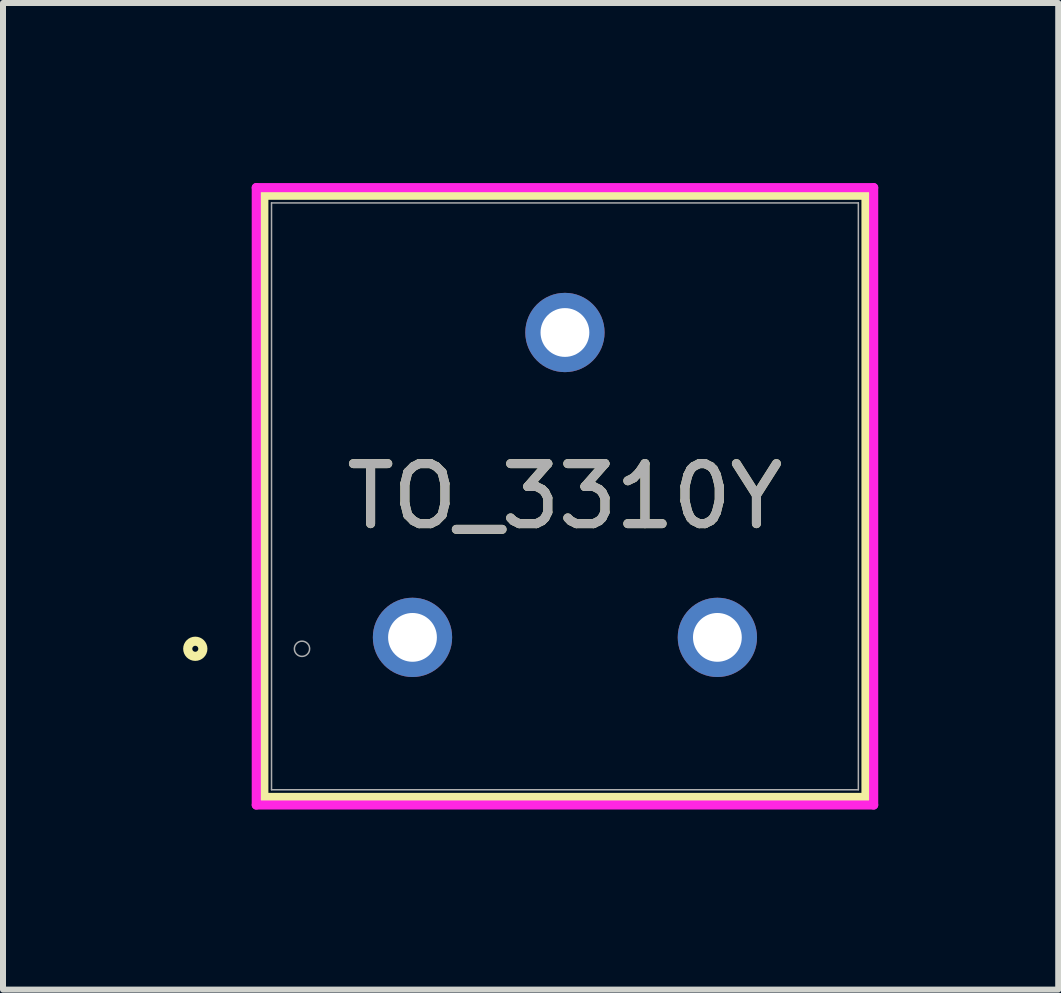
<source format=kicad_pcb>
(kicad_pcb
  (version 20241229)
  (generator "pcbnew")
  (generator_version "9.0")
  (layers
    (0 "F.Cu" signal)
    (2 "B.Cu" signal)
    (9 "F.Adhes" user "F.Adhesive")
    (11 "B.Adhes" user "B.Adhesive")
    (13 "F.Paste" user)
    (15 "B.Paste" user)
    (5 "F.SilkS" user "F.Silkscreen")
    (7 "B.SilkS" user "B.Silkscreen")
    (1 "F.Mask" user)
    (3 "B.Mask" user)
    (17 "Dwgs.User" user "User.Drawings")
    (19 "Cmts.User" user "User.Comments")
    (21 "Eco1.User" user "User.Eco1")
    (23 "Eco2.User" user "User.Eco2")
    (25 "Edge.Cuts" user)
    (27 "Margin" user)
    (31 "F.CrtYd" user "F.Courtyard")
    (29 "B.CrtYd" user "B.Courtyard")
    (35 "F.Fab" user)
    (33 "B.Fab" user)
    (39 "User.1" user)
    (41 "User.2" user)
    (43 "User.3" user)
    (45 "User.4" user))
  (footprint "TO_3310Y"
    (layer "F.Cu")
    (at 3.823 7.57)
    (property "Reference" "TO_3310Y" (at 2.54 -2.35 0) (unlocked yes) (layer "F.SilkS") (effects (font (size 1 1) (thickness 0.15))))
    (attr through_hole)
    (fp_line (start -2.477 -7.367) (end 7.556 -7.367) (stroke (width 0.152) (type solid)) (layer "F.SilkS"))
    (fp_line (start -2.477 2.667) (end -2.477 -7.367) (stroke (width 0.152) (type solid)) (layer "F.SilkS"))
    (fp_line (start 7.556 -7.367) (end 7.556 2.667) (stroke (width 0.152) (type solid)) (layer "F.SilkS"))
    (fp_line (start 7.556 2.667) (end -2.477 2.667) (stroke (width 0.152) (type solid)) (layer "F.SilkS"))
    (fp_circle (center -3.619 0.19) (end -3.493 0.19) (stroke (width 0.152) (type solid)) (fill no) (layer "F.SilkS"))
    (fp_line (start -2.603 -7.494) (end 7.684 -7.494) (stroke (width 0.152) (type solid)) (layer "F.CrtYd"))
    (fp_line (start -2.603 2.793) (end -2.603 -7.494) (stroke (width 0.152) (type solid)) (layer "F.CrtYd"))
    (fp_line (start 7.684 -7.494) (end 7.684 2.793) (stroke (width 0.152) (type solid)) (layer "F.CrtYd"))
    (fp_line (start 7.684 2.793) (end -2.603 2.793) (stroke (width 0.152) (type solid)) (layer "F.CrtYd"))
    (fp_line (start -2.349 -7.239) (end 7.429 -7.239) (stroke (width 0.025) (type solid)) (layer "F.Fab"))
    (fp_line (start -2.349 2.539) (end -2.349 -7.239) (stroke (width 0.025) (type solid)) (layer "F.Fab"))
    (fp_line (start 7.429 -7.239) (end 7.429 2.539) (stroke (width 0.025) (type solid)) (layer "F.Fab"))
    (fp_line (start 7.429 2.539) (end -2.349 2.539) (stroke (width 0.025) (type solid)) (layer "F.Fab"))
    (fp_circle (center -1.841 0.19) (end -1.714 0.19) (stroke (width 0.025) (type solid)) (fill no) (layer "F.Fab"))
    (fp_text user "${REFERENCE}" (at 2.54 -2.35 0) (unlocked yes) (layer "F.Fab") (effects (font (size 1 1) (thickness 0.15))))
    (pad "1" thru_hole circle (at 5.08 0) (size 1.321 1.321) (drill 0.813) (layers "*.Cu" "*.Mask"))
    (pad "2" thru_hole circle (at 2.54 -5.08) (size 1.321 1.321) (drill 0.813) (layers "*.Cu" "*.Mask"))
    (pad "3" thru_hole circle (at 0 0) (size 1.321 1.321) (drill 0.813) (layers "*.Cu" "*.Mask")))
  (gr_rect
    (start -3 -3)
    (end 14.582 13.439)
    (stroke (width 0.1) (type default))
    (fill no)
    (layer "Edge.Cuts")))
</source>
